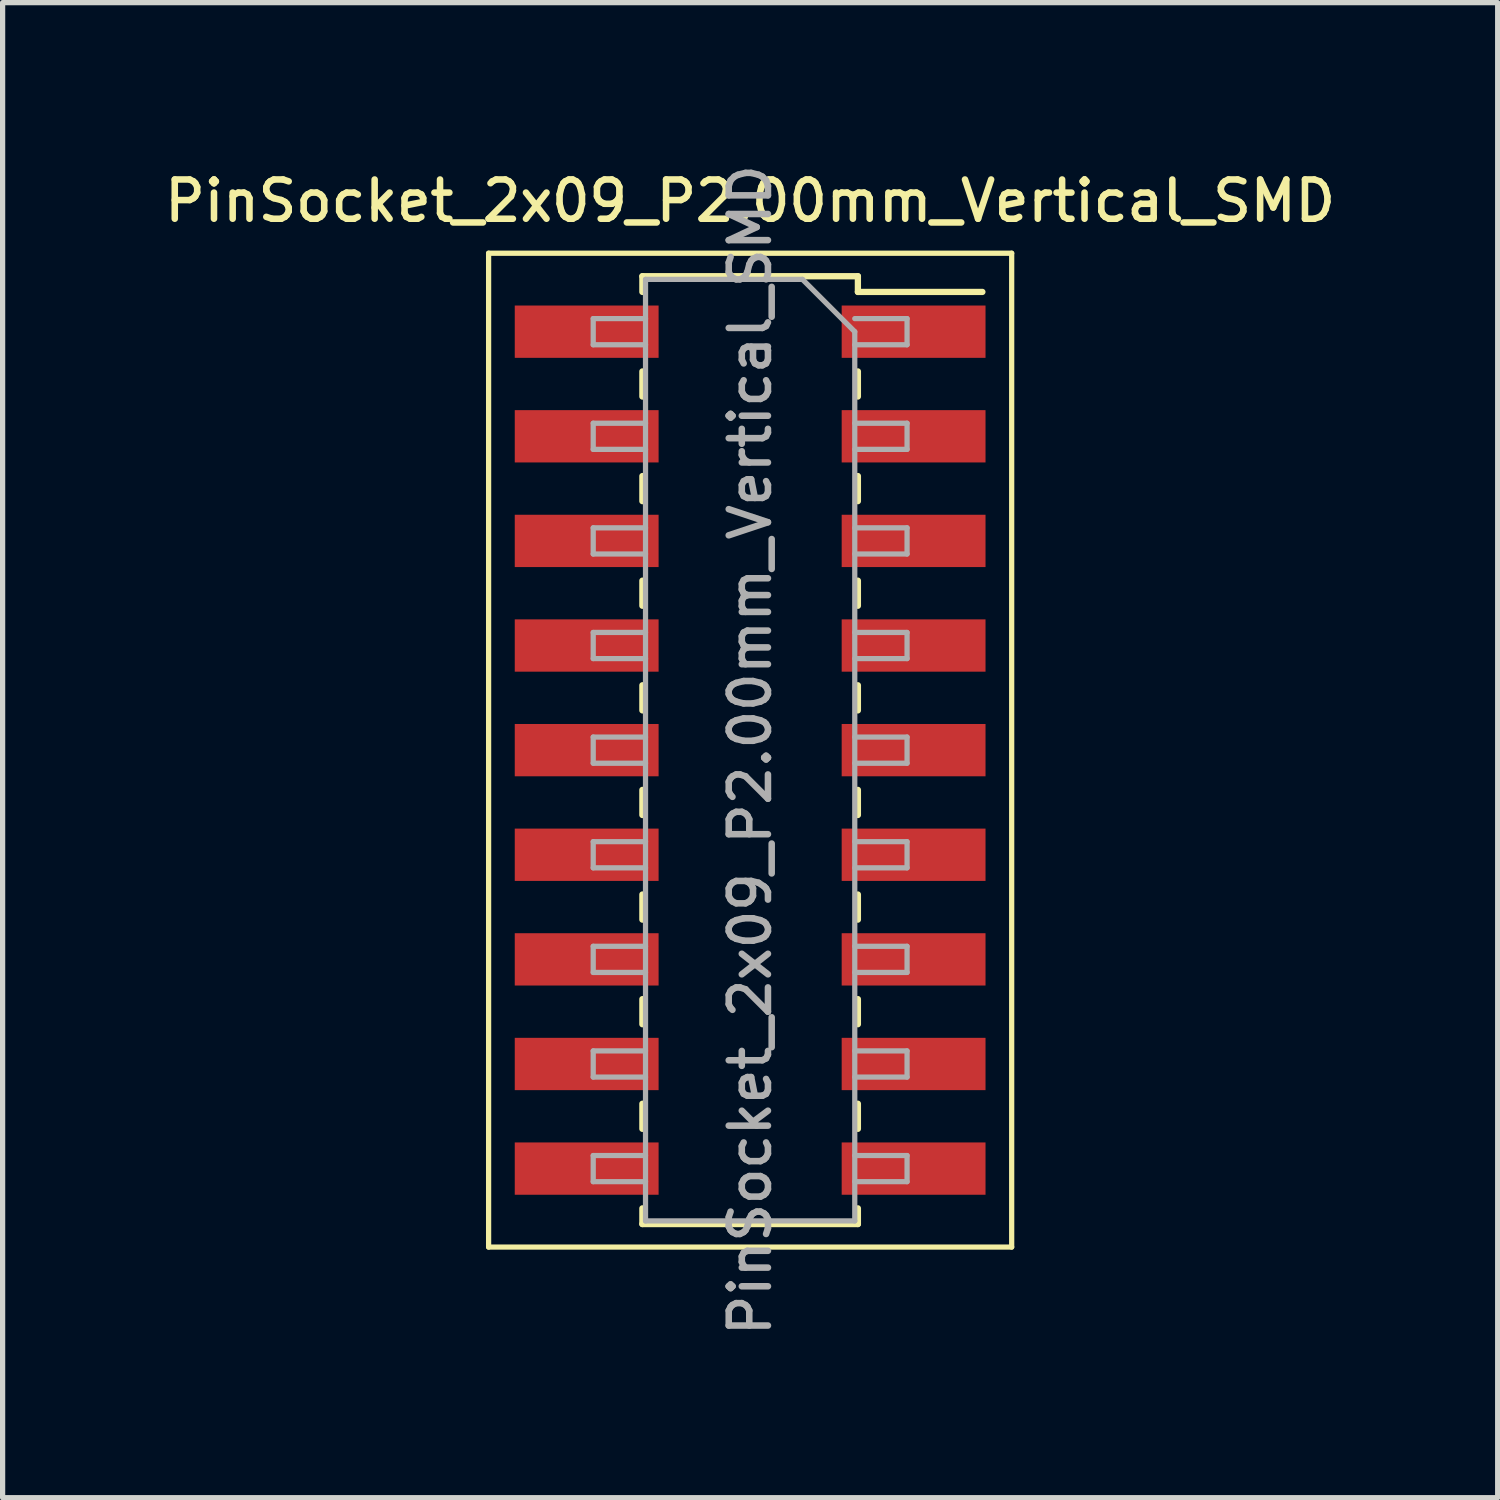
<source format=kicad_pcb>
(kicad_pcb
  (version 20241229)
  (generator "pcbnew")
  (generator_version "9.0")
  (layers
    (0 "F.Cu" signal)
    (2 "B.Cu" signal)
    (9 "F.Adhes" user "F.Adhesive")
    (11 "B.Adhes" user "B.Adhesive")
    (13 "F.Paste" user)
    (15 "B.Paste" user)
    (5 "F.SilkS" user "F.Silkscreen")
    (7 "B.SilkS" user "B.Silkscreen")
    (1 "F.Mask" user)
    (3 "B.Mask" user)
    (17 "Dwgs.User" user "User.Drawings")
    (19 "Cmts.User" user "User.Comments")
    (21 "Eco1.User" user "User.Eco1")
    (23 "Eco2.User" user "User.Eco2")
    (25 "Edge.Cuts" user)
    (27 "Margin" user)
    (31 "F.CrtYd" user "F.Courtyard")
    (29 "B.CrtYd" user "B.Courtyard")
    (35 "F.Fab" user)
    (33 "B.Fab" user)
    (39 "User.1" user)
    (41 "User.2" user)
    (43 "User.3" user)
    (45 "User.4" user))
  (footprint "PinSocket_2x09_P2.00mm_Vertical_SMD"
    (layer "F.Cu")
    (at 11.291 11.291)
    (property "Reference" "PinSocket_2x09_P2.00mm_Vertical_SMD" (at 0 -10.5 0) (layer "F.SilkS") (effects (font (size 0.75 0.75) (thickness 0.125))))
    (attr smd)
    (fp_line (start -5 -9.5) (end 5 -9.5) (stroke (width 0.1) (type solid)) (layer "F.SilkS"))
    (fp_line (start -5 9.5) (end -5 -9.5) (stroke (width 0.1) (type solid)) (layer "F.SilkS"))
    (fp_line (start -2.06 -9.06) (end -2.06 -8.76) (stroke (width 0.12) (type solid)) (layer "F.SilkS"))
    (fp_line (start -2.06 -9.06) (end 2.06 -9.06) (stroke (width 0.12) (type solid)) (layer "F.SilkS"))
    (fp_line (start -2.06 -7.24) (end -2.06 -6.76) (stroke (width 0.12) (type solid)) (layer "F.SilkS"))
    (fp_line (start -2.06 -5.24) (end -2.06 -4.76) (stroke (width 0.12) (type solid)) (layer "F.SilkS"))
    (fp_line (start -2.06 -3.24) (end -2.06 -2.76) (stroke (width 0.12) (type solid)) (layer "F.SilkS"))
    (fp_line (start -2.06 -1.24) (end -2.06 -0.76) (stroke (width 0.12) (type solid)) (layer "F.SilkS"))
    (fp_line (start -2.06 0.76) (end -2.06 1.24) (stroke (width 0.12) (type solid)) (layer "F.SilkS"))
    (fp_line (start -2.06 2.76) (end -2.06 3.24) (stroke (width 0.12) (type solid)) (layer "F.SilkS"))
    (fp_line (start -2.06 4.76) (end -2.06 5.24) (stroke (width 0.12) (type solid)) (layer "F.SilkS"))
    (fp_line (start -2.06 6.76) (end -2.06 7.24) (stroke (width 0.12) (type solid)) (layer "F.SilkS"))
    (fp_line (start -2.06 8.76) (end -2.06 9.06) (stroke (width 0.12) (type solid)) (layer "F.SilkS"))
    (fp_line (start -2.06 9.06) (end 2.06 9.06) (stroke (width 0.12) (type solid)) (layer "F.SilkS"))
    (fp_line (start 2.06 -9.06) (end 2.06 -8.76) (stroke (width 0.12) (type solid)) (layer "F.SilkS"))
    (fp_line (start 2.06 -8.76) (end 4.44 -8.76) (stroke (width 0.12) (type solid)) (layer "F.SilkS"))
    (fp_line (start 2.06 -7.24) (end 2.06 -6.76) (stroke (width 0.12) (type solid)) (layer "F.SilkS"))
    (fp_line (start 2.06 -5.24) (end 2.06 -4.76) (stroke (width 0.12) (type solid)) (layer "F.SilkS"))
    (fp_line (start 2.06 -3.24) (end 2.06 -2.76) (stroke (width 0.12) (type solid)) (layer "F.SilkS"))
    (fp_line (start 2.06 -1.24) (end 2.06 -0.76) (stroke (width 0.12) (type solid)) (layer "F.SilkS"))
    (fp_line (start 2.06 0.76) (end 2.06 1.24) (stroke (width 0.12) (type solid)) (layer "F.SilkS"))
    (fp_line (start 2.06 2.76) (end 2.06 3.24) (stroke (width 0.12) (type solid)) (layer "F.SilkS"))
    (fp_line (start 2.06 4.76) (end 2.06 5.24) (stroke (width 0.12) (type solid)) (layer "F.SilkS"))
    (fp_line (start 2.06 6.76) (end 2.06 7.24) (stroke (width 0.12) (type solid)) (layer "F.SilkS"))
    (fp_line (start 2.06 8.76) (end 2.06 9.06) (stroke (width 0.12) (type solid)) (layer "F.SilkS"))
    (fp_line (start 5 -9.5) (end 5 9.5) (stroke (width 0.1) (type solid)) (layer "F.SilkS"))
    (fp_line (start 5 9.5) (end -5 9.5) (stroke (width 0.1) (type solid)) (layer "F.SilkS"))
    (fp_line (start -3 -8.25) (end -2 -8.25) (stroke (width 0.1) (type solid)) (layer "F.Fab"))
    (fp_line (start -3 -7.75) (end -3 -8.25) (stroke (width 0.1) (type solid)) (layer "F.Fab"))
    (fp_line (start -3 -6.25) (end -2 -6.25) (stroke (width 0.1) (type solid)) (layer "F.Fab"))
    (fp_line (start -3 -5.75) (end -3 -6.25) (stroke (width 0.1) (type solid)) (layer "F.Fab"))
    (fp_line (start -3 -4.25) (end -2 -4.25) (stroke (width 0.1) (type solid)) (layer "F.Fab"))
    (fp_line (start -3 -3.75) (end -3 -4.25) (stroke (width 0.1) (type solid)) (layer "F.Fab"))
    (fp_line (start -3 -2.25) (end -2 -2.25) (stroke (width 0.1) (type solid)) (layer "F.Fab"))
    (fp_line (start -3 -1.75) (end -3 -2.25) (stroke (width 0.1) (type solid)) (layer "F.Fab"))
    (fp_line (start -3 -0.25) (end -2 -0.25) (stroke (width 0.1) (type solid)) (layer "F.Fab"))
    (fp_line (start -3 0.25) (end -3 -0.25) (stroke (width 0.1) (type solid)) (layer "F.Fab"))
    (fp_line (start -3 1.75) (end -2 1.75) (stroke (width 0.1) (type solid)) (layer "F.Fab"))
    (fp_line (start -3 2.25) (end -3 1.75) (stroke (width 0.1) (type solid)) (layer "F.Fab"))
    (fp_line (start -3 3.75) (end -2 3.75) (stroke (width 0.1) (type solid)) (layer "F.Fab"))
    (fp_line (start -3 4.25) (end -3 3.75) (stroke (width 0.1) (type solid)) (layer "F.Fab"))
    (fp_line (start -3 5.75) (end -2 5.75) (stroke (width 0.1) (type solid)) (layer "F.Fab"))
    (fp_line (start -3 6.25) (end -3 5.75) (stroke (width 0.1) (type solid)) (layer "F.Fab"))
    (fp_line (start -3 7.75) (end -2 7.75) (stroke (width 0.1) (type solid)) (layer "F.Fab"))
    (fp_line (start -3 8.25) (end -3 7.75) (stroke (width 0.1) (type solid)) (layer "F.Fab"))
    (fp_line (start -2 -9) (end 1 -9) (stroke (width 0.1) (type solid)) (layer "F.Fab"))
    (fp_line (start -2 -7.75) (end -3 -7.75) (stroke (width 0.1) (type solid)) (layer "F.Fab"))
    (fp_line (start -2 -5.75) (end -3 -5.75) (stroke (width 0.1) (type solid)) (layer "F.Fab"))
    (fp_line (start -2 -3.75) (end -3 -3.75) (stroke (width 0.1) (type solid)) (layer "F.Fab"))
    (fp_line (start -2 -1.75) (end -3 -1.75) (stroke (width 0.1) (type solid)) (layer "F.Fab"))
    (fp_line (start -2 0.25) (end -3 0.25) (stroke (width 0.1) (type solid)) (layer "F.Fab"))
    (fp_line (start -2 2.25) (end -3 2.25) (stroke (width 0.1) (type solid)) (layer "F.Fab"))
    (fp_line (start -2 4.25) (end -3 4.25) (stroke (width 0.1) (type solid)) (layer "F.Fab"))
    (fp_line (start -2 6.25) (end -3 6.25) (stroke (width 0.1) (type solid)) (layer "F.Fab"))
    (fp_line (start -2 8.25) (end -3 8.25) (stroke (width 0.1) (type solid)) (layer "F.Fab"))
    (fp_line (start -2 9) (end -2 -9) (stroke (width 0.1) (type solid)) (layer "F.Fab"))
    (fp_line (start 1 -9) (end 2 -8) (stroke (width 0.1) (type solid)) (layer "F.Fab"))
    (fp_line (start 2 -8.25) (end 3 -8.25) (stroke (width 0.1) (type solid)) (layer "F.Fab"))
    (fp_line (start 2 -8) (end 2 9) (stroke (width 0.1) (type solid)) (layer "F.Fab"))
    (fp_line (start 2 -6.25) (end 3 -6.25) (stroke (width 0.1) (type solid)) (layer "F.Fab"))
    (fp_line (start 2 -4.25) (end 3 -4.25) (stroke (width 0.1) (type solid)) (layer "F.Fab"))
    (fp_line (start 2 -2.25) (end 3 -2.25) (stroke (width 0.1) (type solid)) (layer "F.Fab"))
    (fp_line (start 2 -0.25) (end 3 -0.25) (stroke (width 0.1) (type solid)) (layer "F.Fab"))
    (fp_line (start 2 1.75) (end 3 1.75) (stroke (width 0.1) (type solid)) (layer "F.Fab"))
    (fp_line (start 2 3.75) (end 3 3.75) (stroke (width 0.1) (type solid)) (layer "F.Fab"))
    (fp_line (start 2 5.75) (end 3 5.75) (stroke (width 0.1) (type solid)) (layer "F.Fab"))
    (fp_line (start 2 7.75) (end 3 7.75) (stroke (width 0.1) (type solid)) (layer "F.Fab"))
    (fp_line (start 2 9) (end -2 9) (stroke (width 0.1) (type solid)) (layer "F.Fab"))
    (fp_line (start 3 -8.25) (end 3 -7.75) (stroke (width 0.1) (type solid)) (layer "F.Fab"))
    (fp_line (start 3 -7.75) (end 2 -7.75) (stroke (width 0.1) (type solid)) (layer "F.Fab"))
    (fp_line (start 3 -6.25) (end 3 -5.75) (stroke (width 0.1) (type solid)) (layer "F.Fab"))
    (fp_line (start 3 -5.75) (end 2 -5.75) (stroke (width 0.1) (type solid)) (layer "F.Fab"))
    (fp_line (start 3 -4.25) (end 3 -3.75) (stroke (width 0.1) (type solid)) (layer "F.Fab"))
    (fp_line (start 3 -3.75) (end 2 -3.75) (stroke (width 0.1) (type solid)) (layer "F.Fab"))
    (fp_line (start 3 -2.25) (end 3 -1.75) (stroke (width 0.1) (type solid)) (layer "F.Fab"))
    (fp_line (start 3 -1.75) (end 2 -1.75) (stroke (width 0.1) (type solid)) (layer "F.Fab"))
    (fp_line (start 3 -0.25) (end 3 0.25) (stroke (width 0.1) (type solid)) (layer "F.Fab"))
    (fp_line (start 3 0.25) (end 2 0.25) (stroke (width 0.1) (type solid)) (layer "F.Fab"))
    (fp_line (start 3 1.75) (end 3 2.25) (stroke (width 0.1) (type solid)) (layer "F.Fab"))
    (fp_line (start 3 2.25) (end 2 2.25) (stroke (width 0.1) (type solid)) (layer "F.Fab"))
    (fp_line (start 3 3.75) (end 3 4.25) (stroke (width 0.1) (type solid)) (layer "F.Fab"))
    (fp_line (start 3 4.25) (end 2 4.25) (stroke (width 0.1) (type solid)) (layer "F.Fab"))
    (fp_line (start 3 5.75) (end 3 6.25) (stroke (width 0.1) (type solid)) (layer "F.Fab"))
    (fp_line (start 3 6.25) (end 2 6.25) (stroke (width 0.1) (type solid)) (layer "F.Fab"))
    (fp_line (start 3 7.75) (end 3 8.25) (stroke (width 0.1) (type solid)) (layer "F.Fab"))
    (fp_line (start 3 8.25) (end 2 8.25) (stroke (width 0.1) (type solid)) (layer "F.Fab"))
    (fp_text user "${REFERENCE}" (at 0 0 90) (layer "F.Fab") (effects (font (size 0.75 0.75) (thickness 0.125))))
    (pad "1" smd rect (at 3.125 -8) (size 2.75 1) (layers "F.Cu" "F.Mask" "F.Paste"))
    (pad "2" smd rect (at -3.125 -8) (size 2.75 1) (layers "F.Cu" "F.Mask" "F.Paste"))
    (pad "3" smd rect (at 3.125 -6) (size 2.75 1) (layers "F.Cu" "F.Mask" "F.Paste"))
    (pad "4" smd rect (at -3.125 -6) (size 2.75 1) (layers "F.Cu" "F.Mask" "F.Paste"))
    (pad "5" smd rect (at 3.125 -4) (size 2.75 1) (layers "F.Cu" "F.Mask" "F.Paste"))
    (pad "6" smd rect (at -3.125 -4) (size 2.75 1) (layers "F.Cu" "F.Mask" "F.Paste"))
    (pad "7" smd rect (at 3.125 -2) (size 2.75 1) (layers "F.Cu" "F.Mask" "F.Paste"))
    (pad "8" smd rect (at -3.125 -2) (size 2.75 1) (layers "F.Cu" "F.Mask" "F.Paste"))
    (pad "9" smd rect (at 3.125 0) (size 2.75 1) (layers "F.Cu" "F.Mask" "F.Paste"))
    (pad "10" smd rect (at -3.125 0) (size 2.75 1) (layers "F.Cu" "F.Mask" "F.Paste"))
    (pad "11" smd rect (at 3.125 2) (size 2.75 1) (layers "F.Cu" "F.Mask" "F.Paste"))
    (pad "12" smd rect (at -3.125 2) (size 2.75 1) (layers "F.Cu" "F.Mask" "F.Paste"))
    (pad "13" smd rect (at 3.125 4) (size 2.75 1) (layers "F.Cu" "F.Mask" "F.Paste"))
    (pad "14" smd rect (at -3.125 4) (size 2.75 1) (layers "F.Cu" "F.Mask" "F.Paste"))
    (pad "15" smd rect (at 3.125 6) (size 2.75 1) (layers "F.Cu" "F.Mask" "F.Paste"))
    (pad "16" smd rect (at -3.125 6) (size 2.75 1) (layers "F.Cu" "F.Mask" "F.Paste"))
    (pad "17" smd rect (at 3.125 8) (size 2.75 1) (layers "F.Cu" "F.Mask" "F.Paste"))
    (pad "18" smd rect (at -3.125 8) (size 2.75 1) (layers "F.Cu" "F.Mask" "F.Paste")))
  (gr_rect
    (start -3 -3)
    (end 25.582 25.582)
    (stroke (width 0.1) (type default))
    (fill no)
    (layer "Edge.Cuts")))
</source>
